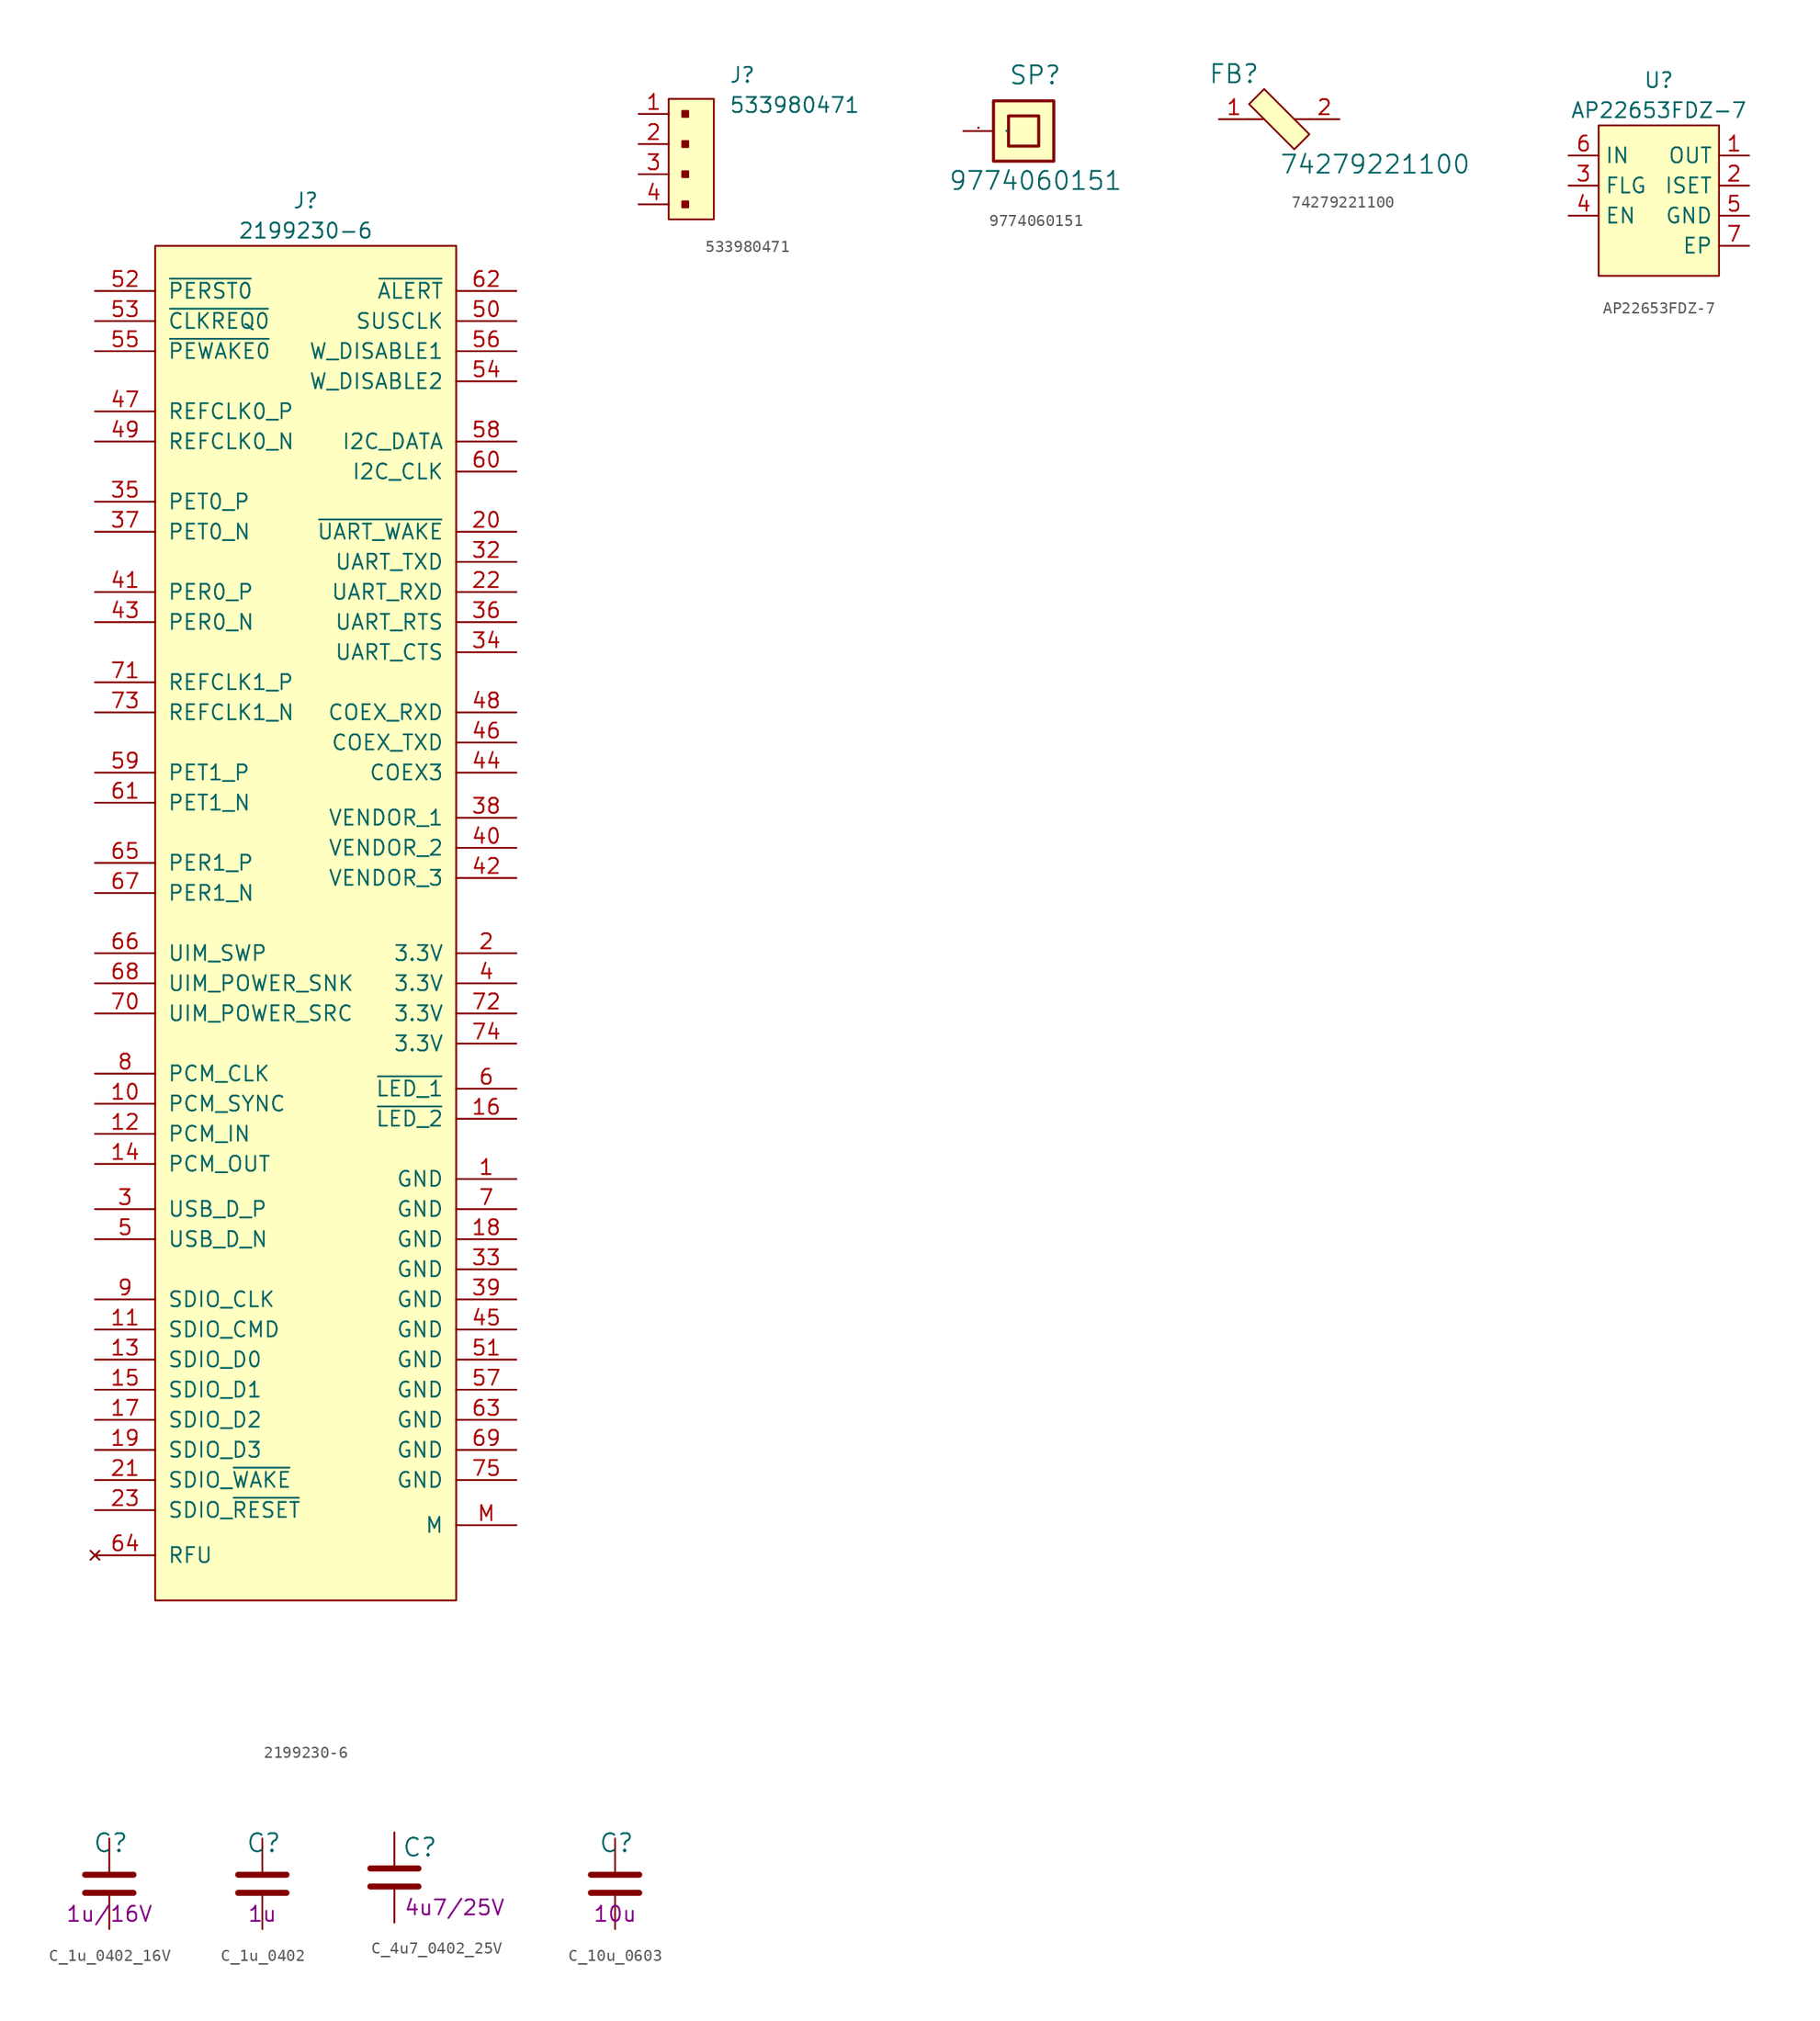
<source format=kicad_sym>
(kicad_symbol_lib
  (version 20220914)
  (generator kicad_symbol_editor)
  (symbol "2199230-6"
    (pin_names
      (offset 1.016))
    (property "Reference" "J"
      (at 0 36.83 0)
      (effects (font (size 1.27 1.27))))
    (property "Value" "2199230-6"
      (at 0 34.293 0)
      (effects (font (size 1.27 1.27))))
    (symbol "2199230-6_0_1"
      (rectangle (start -12.7 33.02) (end 12.7 -81.28) (stroke (width 0) (type default)) (fill (type background))))
    (symbol "2199230-6_1_1"
      (pin power_in line (at 17.78 -45.72 180) (length 5.08) (name "GND" (effects (font (size 1.27 1.27)))) (number "1" (effects (font (size 1.27 1.27)))))
      (pin bidirectional line (at -17.78 -39.37 0) (length 5.08) (name "PCM_SYNC" (effects (font (size 1.27 1.27)))) (number "10" (effects (font (size 1.27 1.27)))))
      (pin bidirectional line (at -17.78 -58.42 0) (length 5.08) (name "SDIO_CMD" (effects (font (size 1.27 1.27)))) (number "11" (effects (font (size 1.27 1.27)))))
      (pin bidirectional line (at -17.78 -41.91 0) (length 5.08) (name "PCM_IN" (effects (font (size 1.27 1.27)))) (number "12" (effects (font (size 1.27 1.27)))))
      (pin bidirectional line (at -17.78 -60.96 0) (length 5.08) (name "SDIO_D0" (effects (font (size 1.27 1.27)))) (number "13" (effects (font (size 1.27 1.27)))))
      (pin bidirectional line (at -17.78 -44.45 0) (length 5.08) (name "PCM_OUT" (effects (font (size 1.27 1.27)))) (number "14" (effects (font (size 1.27 1.27)))))
      (pin bidirectional line (at -17.78 -63.5 0) (length 5.08) (name "SDIO_D1" (effects (font (size 1.27 1.27)))) (number "15" (effects (font (size 1.27 1.27)))))
      (pin output line (at 17.78 -40.64 180) (length 5.08) (name "~{LED_2}" (effects (font (size 1.27 1.27)))) (number "16" (effects (font (size 1.27 1.27)))))
      (pin bidirectional line (at -17.78 -66.04 0) (length 5.08) (name "SDIO_D2" (effects (font (size 1.27 1.27)))) (number "17" (effects (font (size 1.27 1.27)))))
      (pin power_in line (at 17.78 -50.8 180) (length 5.08) (name "GND" (effects (font (size 1.27 1.27)))) (number "18" (effects (font (size 1.27 1.27)))))
      (pin bidirectional line (at -17.78 -68.58 0) (length 5.08) (name "SDIO_D3" (effects (font (size 1.27 1.27)))) (number "19" (effects (font (size 1.27 1.27)))))
      (pin power_in line (at 17.78 -26.67 180) (length 5.08) (name "3.3V" (effects (font (size 1.27 1.27)))) (number "2" (effects (font (size 1.27 1.27)))))
      (pin output line (at 17.78 8.89 180) (length 5.08) (name "~{UART_WAKE}" (effects (font (size 1.27 1.27)))) (number "20" (effects (font (size 1.27 1.27)))))
      (pin bidirectional line (at -17.78 -71.12 0) (length 5.08) (name "SDIO_~{WAKE}" (effects (font (size 1.27 1.27)))) (number "21" (effects (font (size 1.27 1.27)))))
      (pin bidirectional line (at 17.78 3.81 180) (length 5.08) (name "UART_RXD" (effects (font (size 1.27 1.27)))) (number "22" (effects (font (size 1.27 1.27)))))
      (pin input line (at -17.78 -73.66 0) (length 5.08) (name "SDIO_~{RESET}" (effects (font (size 1.27 1.27)))) (number "23" (effects (font (size 1.27 1.27)))))
      (pin bidirectional line (at -17.78 -48.26 0) (length 5.08) (name "USB_D_P" (effects (font (size 1.27 1.27)))) (number "3" (effects (font (size 1.27 1.27)))))
      (pin bidirectional line (at 17.78 6.35 180) (length 5.08) (name "UART_TXD" (effects (font (size 1.27 1.27)))) (number "32" (effects (font (size 1.27 1.27)))))
      (pin power_in line (at 17.78 -53.34 180) (length 5.08) (name "GND" (effects (font (size 1.27 1.27)))) (number "33" (effects (font (size 1.27 1.27)))))
      (pin bidirectional line (at 17.78 -1.27 180) (length 5.08) (name "UART_CTS" (effects (font (size 1.27 1.27)))) (number "34" (effects (font (size 1.27 1.27)))))
      (pin input line (at -17.78 11.43 0) (length 5.08) (name "PET0_P" (effects (font (size 1.27 1.27)))) (number "35" (effects (font (size 1.27 1.27)))))
      (pin bidirectional line (at 17.78 1.27 180) (length 5.08) (name "UART_RTS" (effects (font (size 1.27 1.27)))) (number "36" (effects (font (size 1.27 1.27)))))
      (pin input line (at -17.78 8.89 0) (length 5.08) (name "PET0_N" (effects (font (size 1.27 1.27)))) (number "37" (effects (font (size 1.27 1.27)))))
      (pin bidirectional line (at 17.78 -15.24 180) (length 5.08) (name "VENDOR_1" (effects (font (size 1.27 1.27)))) (number "38" (effects (font (size 1.27 1.27)))))
      (pin power_in line (at 17.78 -55.88 180) (length 5.08) (name "GND" (effects (font (size 1.27 1.27)))) (number "39" (effects (font (size 1.27 1.27)))))
      (pin power_in line (at 17.78 -29.21 180) (length 5.08) (name "3.3V" (effects (font (size 1.27 1.27)))) (number "4" (effects (font (size 1.27 1.27)))))
      (pin bidirectional line (at 17.78 -17.78 180) (length 5.08) (name "VENDOR_2" (effects (font (size 1.27 1.27)))) (number "40" (effects (font (size 1.27 1.27)))))
      (pin output line (at -17.78 3.81 0) (length 5.08) (name "PER0_P" (effects (font (size 1.27 1.27)))) (number "41" (effects (font (size 1.27 1.27)))))
      (pin bidirectional line (at 17.78 -20.32 180) (length 5.08) (name "VENDOR_3" (effects (font (size 1.27 1.27)))) (number "42" (effects (font (size 1.27 1.27)))))
      (pin output line (at -17.78 1.27 0) (length 5.08) (name "PER0_N" (effects (font (size 1.27 1.27)))) (number "43" (effects (font (size 1.27 1.27)))))
      (pin bidirectional line (at 17.78 -11.43 180) (length 5.08) (name "COEX3" (effects (font (size 1.27 1.27)))) (number "44" (effects (font (size 1.27 1.27)))))
      (pin power_in line (at 17.78 -58.42 180) (length 5.08) (name "GND" (effects (font (size 1.27 1.27)))) (number "45" (effects (font (size 1.27 1.27)))))
      (pin bidirectional line (at 17.78 -8.89 180) (length 5.08) (name "COEX_TXD" (effects (font (size 1.27 1.27)))) (number "46" (effects (font (size 1.27 1.27)))))
      (pin input line (at -17.78 19.05 0) (length 5.08) (name "REFCLK0_P" (effects (font (size 1.27 1.27)))) (number "47" (effects (font (size 1.27 1.27)))))
      (pin bidirectional line (at 17.78 -6.35 180) (length 5.08) (name "COEX_RXD" (effects (font (size 1.27 1.27)))) (number "48" (effects (font (size 1.27 1.27)))))
      (pin input line (at -17.78 16.51 0) (length 5.08) (name "REFCLK0_N" (effects (font (size 1.27 1.27)))) (number "49" (effects (font (size 1.27 1.27)))))
      (pin bidirectional line (at -17.78 -50.8 0) (length 5.08) (name "USB_D_N" (effects (font (size 1.27 1.27)))) (number "5" (effects (font (size 1.27 1.27)))))
      (pin input line (at 17.78 26.67 180) (length 5.08) (name "SUSCLK" (effects (font (size 1.27 1.27)))) (number "50" (effects (font (size 1.27 1.27)))))
      (pin power_in line (at 17.78 -60.96 180) (length 5.08) (name "GND" (effects (font (size 1.27 1.27)))) (number "51" (effects (font (size 1.27 1.27)))))
      (pin input line (at -17.78 29.21 0) (length 5.08) (name "~{PERST0}" (effects (font (size 1.27 1.27)))) (number "52" (effects (font (size 1.27 1.27)))))
      (pin output line (at -17.78 26.67 0) (length 5.08) (name "~{CLKREQ0}" (effects (font (size 1.27 1.27)))) (number "53" (effects (font (size 1.27 1.27)))))
      (pin input line (at 17.78 21.59 180) (length 5.08) (name "W_DISABLE2" (effects (font (size 1.27 1.27)))) (number "54" (effects (font (size 1.27 1.27)))))
      (pin output line (at -17.78 24.13 0) (length 5.08) (name "~{PEWAKE0}" (effects (font (size 1.27 1.27)))) (number "55" (effects (font (size 1.27 1.27)))))
      (pin input line (at 17.78 24.13 180) (length 5.08) (name "W_DISABLE1" (effects (font (size 1.27 1.27)))) (number "56" (effects (font (size 1.27 1.27)))))
      (pin power_in line (at 17.78 -63.5 180) (length 5.08) (name "GND" (effects (font (size 1.27 1.27)))) (number "57" (effects (font (size 1.27 1.27)))))
      (pin bidirectional line (at 17.78 16.51 180) (length 5.08) (name "I2C_DATA" (effects (font (size 1.27 1.27)))) (number "58" (effects (font (size 1.27 1.27)))))
      (pin input line (at -17.78 -11.43 0) (length 5.08) (name "PET1_P" (effects (font (size 1.27 1.27)))) (number "59" (effects (font (size 1.27 1.27)))))
      (pin output line (at 17.78 -38.1 180) (length 5.08) (name "~{LED_1}" (effects (font (size 1.27 1.27)))) (number "6" (effects (font (size 1.27 1.27)))))
      (pin bidirectional line (at 17.78 13.97 180) (length 5.08) (name "I2C_CLK" (effects (font (size 1.27 1.27)))) (number "60" (effects (font (size 1.27 1.27)))))
      (pin input line (at -17.78 -13.97 0) (length 5.08) (name "PET1_N" (effects (font (size 1.27 1.27)))) (number "61" (effects (font (size 1.27 1.27)))))
      (pin output line (at 17.78 29.21 180) (length 5.08) (name "~{ALERT}" (effects (font (size 1.27 1.27)))) (number "62" (effects (font (size 1.27 1.27)))))
      (pin power_in line (at 17.78 -66.04 180) (length 5.08) (name "GND" (effects (font (size 1.27 1.27)))) (number "63" (effects (font (size 1.27 1.27)))))
      (pin no_connect line (at -17.78 -77.47 0) (length 5.08) (name "RFU" (effects (font (size 1.27 1.27)))) (number "64" (effects (font (size 1.27 1.27)))))
      (pin output line (at -17.78 -19.05 0) (length 5.08) (name "PER1_P" (effects (font (size 1.27 1.27)))) (number "65" (effects (font (size 1.27 1.27)))))
      (pin bidirectional line (at -17.78 -26.67 0) (length 5.08) (name "UIM_SWP" (effects (font (size 1.27 1.27)))) (number "66" (effects (font (size 1.27 1.27)))))
      (pin output line (at -17.78 -21.59 0) (length 5.08) (name "PER1_N" (effects (font (size 1.27 1.27)))) (number "67" (effects (font (size 1.27 1.27)))))
      (pin bidirectional line (at -17.78 -29.21 0) (length 5.08) (name "UIM_POWER_SNK" (effects (font (size 1.27 1.27)))) (number "68" (effects (font (size 1.27 1.27)))))
      (pin power_in line (at 17.78 -68.58 180) (length 5.08) (name "GND" (effects (font (size 1.27 1.27)))) (number "69" (effects (font (size 1.27 1.27)))))
      (pin power_in line (at 17.78 -48.26 180) (length 5.08) (name "GND" (effects (font (size 1.27 1.27)))) (number "7" (effects (font (size 1.27 1.27)))))
      (pin bidirectional line (at -17.78 -31.75 0) (length 5.08) (name "UIM_POWER_SRC" (effects (font (size 1.27 1.27)))) (number "70" (effects (font (size 1.27 1.27)))))
      (pin input line (at -17.78 -3.81 0) (length 5.08) (name "REFCLK1_P" (effects (font (size 1.27 1.27)))) (number "71" (effects (font (size 1.27 1.27)))))
      (pin power_in line (at 17.78 -31.75 180) (length 5.08) (name "3.3V" (effects (font (size 1.27 1.27)))) (number "72" (effects (font (size 1.27 1.27)))))
      (pin input line (at -17.78 -6.35 0) (length 5.08) (name "REFCLK1_N" (effects (font (size 1.27 1.27)))) (number "73" (effects (font (size 1.27 1.27)))))
      (pin power_in line (at 17.78 -34.29 180) (length 5.08) (name "3.3V" (effects (font (size 1.27 1.27)))) (number "74" (effects (font (size 1.27 1.27)))))
      (pin power_in line (at 17.78 -71.12 180) (length 5.08) (name "GND" (effects (font (size 1.27 1.27)))) (number "75" (effects (font (size 1.27 1.27)))))
      (pin bidirectional line (at -17.78 -36.83 0) (length 5.08) (name "PCM_CLK" (effects (font (size 1.27 1.27)))) (number "8" (effects (font (size 1.27 1.27)))))
      (pin input line (at -17.78 -55.88 0) (length 5.08) (name "SDIO_CLK" (effects (font (size 1.27 1.27)))) (number "9" (effects (font (size 1.27 1.27)))))
      (pin passive line (at 17.78 -74.93 180) (length 5.08) (name "M" (effects (font (size 1.27 1.27)))) (number "M" (effects (font (size 1.27 1.27)))))))
  (symbol "533980471"
    (pin_names
      (offset 1.016))
    (property "Reference" "J"
      (at 2.54 6.35 0)
      (effects (font (size 1.27 1.27)) (justify left bottom)))
    (property "Value" "533980471"
      (at 2.54 3.81 0)
      (effects (font (size 1.27 1.27)) (justify left bottom)))
    (symbol "533980471_1_1"
      (rectangle (start -2.54 5.08) (end 1.27 -5.08) (stroke (width 0) (type default)) (fill (type background)))
      (rectangle (start -1.397 -3.556) (end -0.889 -4.064) (stroke (width 0) (type default)) (fill (type outline)))
      (rectangle (start -1.397 -1.016) (end -0.889 -1.524) (stroke (width 0) (type default)) (fill (type outline)))
      (rectangle (start -1.397 1.524) (end -0.889 1.016) (stroke (width 0) (type default)) (fill (type outline)))
      (rectangle (start -1.397 4.064) (end -0.889 3.556) (stroke (width 0) (type default)) (fill (type outline)))
      (pin passive line (at -5.08 3.81 0) (length 2.54) (name "~" (effects (font (size 1.27 1.27)))) (number "1" (effects (font (size 1.27 1.27)))))
      (pin passive line (at -5.08 1.27 0) (length 2.54) (name "~" (effects (font (size 1.27 1.27)))) (number "2" (effects (font (size 1.27 1.27)))))
      (pin passive line (at -5.08 -1.27 0) (length 2.54) (name "~" (effects (font (size 1.27 1.27)))) (number "3" (effects (font (size 1.27 1.27)))))
      (pin passive line (at -5.08 -3.81 0) (length 2.54) (name "~" (effects (font (size 1.27 1.27)))) (number "4" (effects (font (size 1.27 1.27)))))))
  (symbol "9774060151"
    (pin_names
      (offset 1.016))
    (property "Reference" "SP"
      (at -1.27 3.81 0)
      (effects (font (size 1.524 1.524)) (justify left bottom)))
    (property "Value" "9774060151"
      (at -6.35 -5.08 0)
      (effects (font (size 1.524 1.524)) (justify left bottom)))
    (symbol "9774060151_0_1"
      (rectangle (start -2.54 -2.54) (end 2.54 2.54) (stroke (width 0.254) (type default)) (fill (type background)))
      (rectangle (start -1.27 -1.27) (end 1.27 1.27) (stroke (width 0.254) (type default)) (fill (type background)))
      (pin passive line (at -5.08 0 0) (length 2.54) (name "1" (effects (font (size 0.025 0.025)))) (number "1" (effects (font (size 0.025 0.025)))))))
  (symbol "74279221100"
    (pin_names
      (offset 1.016))
    (property "Reference" "FB"
      (at -3.81 3.81 0)
      (effects (font (size 1.524 1.524))))
    (property "Value" "74279221100"
      (at 0 -3.81 0)
      (effects (font (size 1.524 1.524)) (justify left)))
    (symbol "74279221100_0_1"
      (polyline (pts (xy -1.27 0) (xy -2.54 0)) (stroke (width 0) (type default)) (fill (type none)))
      (polyline (pts (xy 1.27 0) (xy 2.54 0)) (stroke (width 0) (type default)) (fill (type none)))
      (polyline (pts (xy -1.27 2.54) (xy -2.54 1.27) (xy 1.27 -2.54) (xy 2.54 -1.27) (xy -1.27 2.54)) (stroke (width 0) (type default)) (fill (type background))))
    (symbol "74279221100_1_1"
      (pin passive line (at -5.08 0 0) (length 2.54) (name "~" (effects (font (size 1.27 1.27)))) (number "1" (effects (font (size 1.27 1.27)))))
      (pin passive line (at 5.08 0 180) (length 2.54) (name "~" (effects (font (size 1.27 1.27)))) (number "2" (effects (font (size 1.27 1.27)))))))
  (symbol "AP22653FDZ-7"
    (property "Reference" "U"
      (at 0 8.89 0)
      (effects (font (size 1.27 1.27))))
    (property "Value" "AP22653FDZ-7"
      (at 0 6.35 0)
      (effects (font (size 1.27 1.27))))
    (symbol "AP22653FDZ-7_0_1"
      (rectangle (start -5.08 5.08) (end 5.08 -7.62) (stroke (width 0) (type default)) (fill (type background))))
    (symbol "AP22653FDZ-7_1_1"
      (pin power_out line (at 7.62 2.54 180) (length 2.54) (name "OUT" (effects (font (size 1.27 1.27)))) (number "1" (effects (font (size 1.27 1.27)))))
      (pin passive line (at 7.62 0 180) (length 2.54) (name "ISET" (effects (font (size 1.27 1.27)))) (number "2" (effects (font (size 1.27 1.27)))))
      (pin output line (at -7.62 0 0) (length 2.54) (name "FLG" (effects (font (size 1.27 1.27)))) (number "3" (effects (font (size 1.27 1.27)))))
      (pin input line (at -7.62 -2.54 0) (length 2.54) (name "EN" (effects (font (size 1.27 1.27)))) (number "4" (effects (font (size 1.27 1.27)))))
      (pin power_in line (at 7.62 -2.54 180) (length 2.54) (name "GND" (effects (font (size 1.27 1.27)))) (number "5" (effects (font (size 1.27 1.27)))))
      (pin power_in line (at -7.62 2.54 0) (length 2.54) (name "IN" (effects (font (size 1.27 1.27)))) (number "6" (effects (font (size 1.27 1.27)))))
      (pin power_in line (at 7.62 -5.08 180) (length 2.54) (name "EP" (effects (font (size 1.27 1.27)))) (number "7" (effects (font (size 1.27 1.27)))))))
  (symbol "C_1u_0402_16V"
    (pin_names
      (offset 0))
    (property "Reference" "C"
      (at -1.397 3.429 0)
      (effects (font (size 1.524 1.524)) (justify left)))
    (property "Val" "1u/16V"
      (at 0 -2.54 0)
      (effects (font (size 1.27 1.27))))
    (symbol "C_1u_0402_16V_1_1"
      (polyline (pts (xy -2.032 -0.762) (xy 2.032 -0.762)) (stroke (width 0.508) (type default)) (fill (type none)))
      (polyline (pts (xy -2.032 0.762) (xy 2.032 0.762)) (stroke (width 0.508) (type default)) (fill (type none)))
      (pin passive line (at 0 3.81 270) (length 2.794) (name "~" (effects (font (size 0 0)))) (number "1" (effects (font (size 0 0)))))
      (pin passive line (at 0 -3.81 90) (length 2.794) (name "~" (effects (font (size 0 0)))) (number "2" (effects (font (size 0 0)))))))
  (symbol "C_1u_0402"
    (pin_names
      (offset 0))
    (property "Reference" "C"
      (at -1.397 3.429 0)
      (effects (font (size 1.524 1.524)) (justify left)))
    (property "Val" "1u"
      (at 0 -2.54 0)
      (effects (font (size 1.27 1.27))))
    (symbol "C_1u_0402_1_1"
      (polyline (pts (xy -2.032 -0.762) (xy 2.032 -0.762)) (stroke (width 0.508) (type default)) (fill (type none)))
      (polyline (pts (xy -2.032 0.762) (xy 2.032 0.762)) (stroke (width 0.508) (type default)) (fill (type none)))
      (pin passive line (at 0 3.81 270) (length 2.794) (name "~" (effects (font (size 0 0)))) (number "1" (effects (font (size 0 0)))))
      (pin passive line (at 0 -3.81 90) (length 2.794) (name "~" (effects (font (size 0 0)))) (number "2" (effects (font (size 0 0)))))))
  (symbol "C_4u7_0402_25V"
    (pin_names
      (offset 0))
    (property "Reference" "C"
      (at 0.635 2.54 0)
      (effects (font (size 1.524 1.524)) (justify left)))
    (property "Val" "4u7/25V"
      (at 5.08 -2.54 0)
      (effects (font (size 1.27 1.27))))
    (symbol "C_4u7_0402_25V_1_1"
      (polyline (pts (xy -2.032 -0.762) (xy 2.032 -0.762)) (stroke (width 0.508) (type default)) (fill (type none)))
      (polyline (pts (xy -2.032 0.762) (xy 2.032 0.762)) (stroke (width 0.508) (type default)) (fill (type none)))
      (pin passive line (at 0 3.81 270) (length 2.794) (name "~" (effects (font (size 0 0)))) (number "1" (effects (font (size 0 0)))))
      (pin passive line (at 0 -3.81 90) (length 2.794) (name "~" (effects (font (size 0 0)))) (number "2" (effects (font (size 0 0)))))))
  (symbol "C_10u_0603"
    (pin_names
      (offset 0))
    (property "Reference" "C"
      (at -1.397 3.429 0)
      (effects (font (size 1.524 1.524)) (justify left)))
    (property "Val" "10u"
      (at 0 -2.54 0)
      (effects (font (size 1.27 1.27))))
    (symbol "C_10u_0603_1_1"
      (polyline (pts (xy -2.032 -0.762) (xy 2.032 -0.762)) (stroke (width 0.508) (type default)) (fill (type none)))
      (polyline (pts (xy -2.032 0.762) (xy 2.032 0.762)) (stroke (width 0.508) (type default)) (fill (type none)))
      (pin passive line (at 0 3.81 270) (length 2.794) (name "~" (effects (font (size 0 0)))) (number "1" (effects (font (size 0 0)))))
      (pin passive line (at 0 -3.81 90) (length 2.794) (name "~" (effects (font (size 0 0)))) (number "2" (effects (font (size 0 0))))))))
</source>
